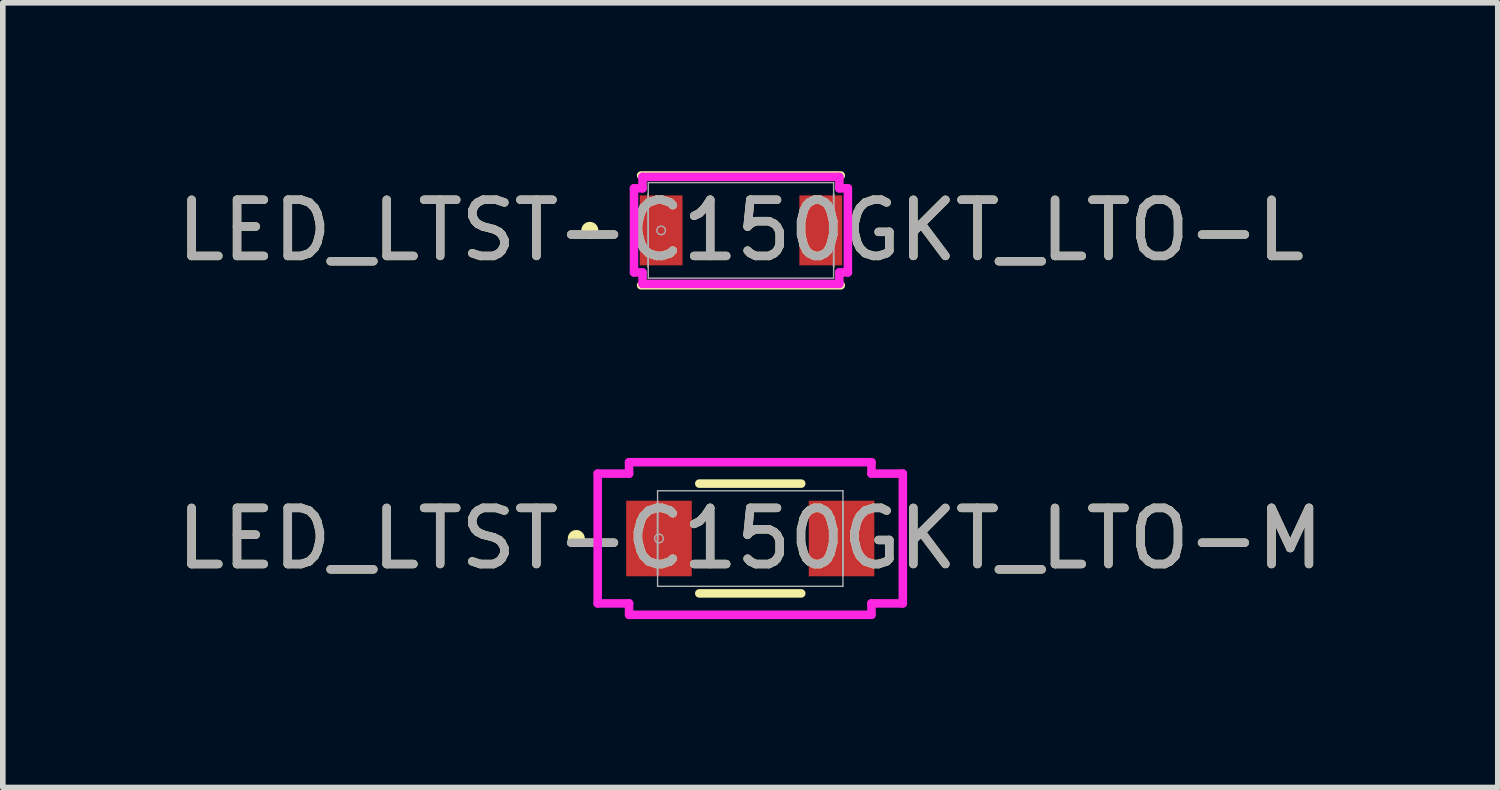
<source format=kicad_pcb>
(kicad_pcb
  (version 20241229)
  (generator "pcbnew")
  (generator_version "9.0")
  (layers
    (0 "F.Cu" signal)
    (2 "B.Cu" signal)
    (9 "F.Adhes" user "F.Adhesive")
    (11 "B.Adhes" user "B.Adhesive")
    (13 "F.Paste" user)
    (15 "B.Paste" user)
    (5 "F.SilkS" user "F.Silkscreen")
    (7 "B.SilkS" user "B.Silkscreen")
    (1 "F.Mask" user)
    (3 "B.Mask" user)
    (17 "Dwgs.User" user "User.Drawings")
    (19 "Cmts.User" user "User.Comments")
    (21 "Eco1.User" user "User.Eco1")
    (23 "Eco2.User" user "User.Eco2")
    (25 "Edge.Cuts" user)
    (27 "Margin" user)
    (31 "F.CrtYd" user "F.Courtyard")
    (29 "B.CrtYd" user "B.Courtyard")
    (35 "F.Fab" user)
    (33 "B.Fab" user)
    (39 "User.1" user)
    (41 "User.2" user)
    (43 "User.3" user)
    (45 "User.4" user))
  (footprint "LED_LTST-C150GKT_LTO-M"
    (layer "F.Cu")
    (at 10.315 6.543)
    (property "Reference" "LED_LTST-C150GKT_LTO-M" (at 0 0 0) (unlocked yes) (layer "F.SilkS") (effects (font (size 1 1) (thickness 0.15))))
    (attr smd)
    (fp_line (start -0.908 0.978) (end 0.908 0.978) (stroke (width 0.152) (type solid)) (layer "F.SilkS"))
    (fp_line (start 0.908 -0.978) (end -0.908 -0.978) (stroke (width 0.152) (type solid)) (layer "F.SilkS"))
    (fp_circle (center -3.099 0) (end -3.023 0) (stroke (width 0.152) (type solid)) (fill no) (layer "F.SilkS"))
    (fp_line (start -2.718 -1.156) (end -2.159 -1.156) (stroke (width 0.152) (type solid)) (layer "F.CrtYd"))
    (fp_line (start -2.718 1.156) (end -2.718 -1.156) (stroke (width 0.152) (type solid)) (layer "F.CrtYd"))
    (fp_line (start -2.159 -1.359) (end 2.159 -1.359) (stroke (width 0.152) (type solid)) (layer "F.CrtYd"))
    (fp_line (start -2.159 -1.156) (end -2.159 -1.359) (stroke (width 0.152) (type solid)) (layer "F.CrtYd"))
    (fp_line (start -2.159 1.156) (end -2.718 1.156) (stroke (width 0.152) (type solid)) (layer "F.CrtYd"))
    (fp_line (start -2.159 1.359) (end -2.159 1.156) (stroke (width 0.152) (type solid)) (layer "F.CrtYd"))
    (fp_line (start 2.159 -1.359) (end 2.159 -1.156) (stroke (width 0.152) (type solid)) (layer "F.CrtYd"))
    (fp_line (start 2.159 -1.156) (end 2.718 -1.156) (stroke (width 0.152) (type solid)) (layer "F.CrtYd"))
    (fp_line (start 2.159 1.156) (end 2.159 1.359) (stroke (width 0.152) (type solid)) (layer "F.CrtYd"))
    (fp_line (start 2.159 1.359) (end -2.159 1.359) (stroke (width 0.152) (type solid)) (layer "F.CrtYd"))
    (fp_line (start 2.718 -1.156) (end 2.718 1.156) (stroke (width 0.152) (type solid)) (layer "F.CrtYd"))
    (fp_line (start 2.718 1.156) (end 2.159 1.156) (stroke (width 0.152) (type solid)) (layer "F.CrtYd"))
    (fp_line (start -1.651 -0.851) (end -1.651 0.851) (stroke (width 0.025) (type solid)) (layer "F.Fab"))
    (fp_line (start -1.651 -0.648) (end -1.651 -0.648) (stroke (width 0.025) (type solid)) (layer "F.Fab"))
    (fp_line (start -1.651 -0.648) (end -1.651 0.648) (stroke (width 0.025) (type solid)) (layer "F.Fab"))
    (fp_line (start -1.651 0.648) (end -1.651 -0.648) (stroke (width 0.025) (type solid)) (layer "F.Fab"))
    (fp_line (start -1.651 0.648) (end -1.651 0.648) (stroke (width 0.025) (type solid)) (layer "F.Fab"))
    (fp_line (start -1.651 0.851) (end 1.651 0.851) (stroke (width 0.025) (type solid)) (layer "F.Fab"))
    (fp_line (start 1.651 -0.851) (end -1.651 -0.851) (stroke (width 0.025) (type solid)) (layer "F.Fab"))
    (fp_line (start 1.651 -0.648) (end 1.651 -0.648) (stroke (width 0.025) (type solid)) (layer "F.Fab"))
    (fp_line (start 1.651 -0.648) (end 1.651 0.648) (stroke (width 0.025) (type solid)) (layer "F.Fab"))
    (fp_line (start 1.651 0.648) (end 1.651 -0.648) (stroke (width 0.025) (type solid)) (layer "F.Fab"))
    (fp_line (start 1.651 0.648) (end 1.651 0.648) (stroke (width 0.025) (type solid)) (layer "F.Fab"))
    (fp_line (start 1.651 0.851) (end 1.651 -0.851) (stroke (width 0.025) (type solid)) (layer "F.Fab"))
    (fp_circle (center -1.626 0) (end -1.549 0) (stroke (width 0.025) (type solid)) (fill no) (layer "F.Fab"))
    (fp_text user "${REFERENCE}" (at 0 0 0) (unlocked yes) (layer "F.Fab") (effects (font (size 1 1) (thickness 0.15))))
    (pad "1" smd rect (at -1.626 0) (size 1.168 1.346) (layers "F.Cu" "F.Mask" "F.Paste"))
    (pad "2" smd rect (at 1.626 0) (size 1.168 1.346) (layers "F.Cu" "F.Mask" "F.Paste"))
    (zone (net_name "") (layer "F.Cu") (hatch full 0.508) (connect_pads) (min_thickness 0.254) (filled_areas_thickness no) (keepout (tracks not_allowed) (vias not_allowed) (pads allowed) (copperpour not_allowed) (footprints allowed)) (placement (enabled no)) (fill) (polygon (pts (xy 9.325 5.743) (xy 11.306 5.743) (xy 11.306 7.343) (xy 9.325 7.343)))))
  (footprint "LED_LTST-C150GKT_LTO-L"
    (layer "F.Cu")
    (at 10.149 1.054)
    (property "Reference" "LED_LTST-C150GKT_LTO-L" (at 0 0 0) (unlocked yes) (layer "F.SilkS") (effects (font (size 1 1) (thickness 0.15))))
    (attr smd)
    (fp_line (start -1.778 0.978) (end 1.778 0.978) (stroke (width 0.152) (type solid)) (layer "F.SilkS"))
    (fp_line (start 1.778 -0.978) (end -1.778 -0.978) (stroke (width 0.152) (type solid)) (layer "F.SilkS"))
    (fp_circle (center -2.692 0) (end -2.616 0) (stroke (width 0.152) (type solid)) (fill no) (layer "F.SilkS"))
    (fp_line (start -1.905 -0.749) (end -1.753 -0.749) (stroke (width 0.152) (type solid)) (layer "F.CrtYd"))
    (fp_line (start -1.905 0.749) (end -1.905 -0.749) (stroke (width 0.152) (type solid)) (layer "F.CrtYd"))
    (fp_line (start -1.753 -0.953) (end 1.753 -0.953) (stroke (width 0.152) (type solid)) (layer "F.CrtYd"))
    (fp_line (start -1.753 -0.749) (end -1.753 -0.953) (stroke (width 0.152) (type solid)) (layer "F.CrtYd"))
    (fp_line (start -1.753 0.749) (end -1.905 0.749) (stroke (width 0.152) (type solid)) (layer "F.CrtYd"))
    (fp_line (start -1.753 0.953) (end -1.753 0.749) (stroke (width 0.152) (type solid)) (layer "F.CrtYd"))
    (fp_line (start 1.753 -0.953) (end 1.753 -0.749) (stroke (width 0.152) (type solid)) (layer "F.CrtYd"))
    (fp_line (start 1.753 -0.749) (end 1.905 -0.749) (stroke (width 0.152) (type solid)) (layer "F.CrtYd"))
    (fp_line (start 1.753 0.749) (end 1.753 0.953) (stroke (width 0.152) (type solid)) (layer "F.CrtYd"))
    (fp_line (start 1.753 0.953) (end -1.753 0.953) (stroke (width 0.152) (type solid)) (layer "F.CrtYd"))
    (fp_line (start 1.905 -0.749) (end 1.905 0.749) (stroke (width 0.152) (type solid)) (layer "F.CrtYd"))
    (fp_line (start 1.905 0.749) (end 1.753 0.749) (stroke (width 0.152) (type solid)) (layer "F.CrtYd"))
    (fp_line (start -1.651 -0.851) (end -1.651 0.851) (stroke (width 0.025) (type solid)) (layer "F.Fab"))
    (fp_line (start -1.651 -0.648) (end -1.651 -0.648) (stroke (width 0.025) (type solid)) (layer "F.Fab"))
    (fp_line (start -1.651 -0.648) (end -1.651 0.648) (stroke (width 0.025) (type solid)) (layer "F.Fab"))
    (fp_line (start -1.651 0.648) (end -1.651 -0.648) (stroke (width 0.025) (type solid)) (layer "F.Fab"))
    (fp_line (start -1.651 0.648) (end -1.651 0.648) (stroke (width 0.025) (type solid)) (layer "F.Fab"))
    (fp_line (start -1.651 0.851) (end 1.651 0.851) (stroke (width 0.025) (type solid)) (layer "F.Fab"))
    (fp_line (start 1.651 -0.851) (end -1.651 -0.851) (stroke (width 0.025) (type solid)) (layer "F.Fab"))
    (fp_line (start 1.651 -0.648) (end 1.651 -0.648) (stroke (width 0.025) (type solid)) (layer "F.Fab"))
    (fp_line (start 1.651 -0.648) (end 1.651 0.648) (stroke (width 0.025) (type solid)) (layer "F.Fab"))
    (fp_line (start 1.651 0.648) (end 1.651 -0.648) (stroke (width 0.025) (type solid)) (layer "F.Fab"))
    (fp_line (start 1.651 0.648) (end 1.651 0.648) (stroke (width 0.025) (type solid)) (layer "F.Fab"))
    (fp_line (start 1.651 0.851) (end 1.651 -0.851) (stroke (width 0.025) (type solid)) (layer "F.Fab"))
    (fp_circle (center -1.422 0) (end -1.346 0) (stroke (width 0.025) (type solid)) (fill no) (layer "F.Fab"))
    (fp_text user "${REFERENCE}" (at 0 0 0) (unlocked yes) (layer "F.Fab") (effects (font (size 1 1) (thickness 0.15))))
    (pad "1" smd rect (at -1.422 0) (size 0.762 1.245) (layers "F.Cu" "F.Mask" "F.Paste"))
    (pad "2" smd rect (at 1.422 0) (size 0.762 1.245) (layers "F.Cu" "F.Mask" "F.Paste"))
    (zone (net_name "") (layer "F.Cu") (hatch full 0.508) (connect_pads) (min_thickness 0.254) (filled_areas_thickness no) (keepout (tracks not_allowed) (vias not_allowed) (pads allowed) (copperpour not_allowed) (footprints allowed)) (placement (enabled no)) (fill) (polygon (pts (xy 9.158 0.254) (xy 11.139 0.254) (xy 11.139 1.854) (xy 9.158 1.854)))))
  (gr_rect
    (start -3 -3)
    (end 23.631 10.978)
    (stroke (width 0.1) (type default))
    (fill no)
    (layer "Edge.Cuts")))
</source>
